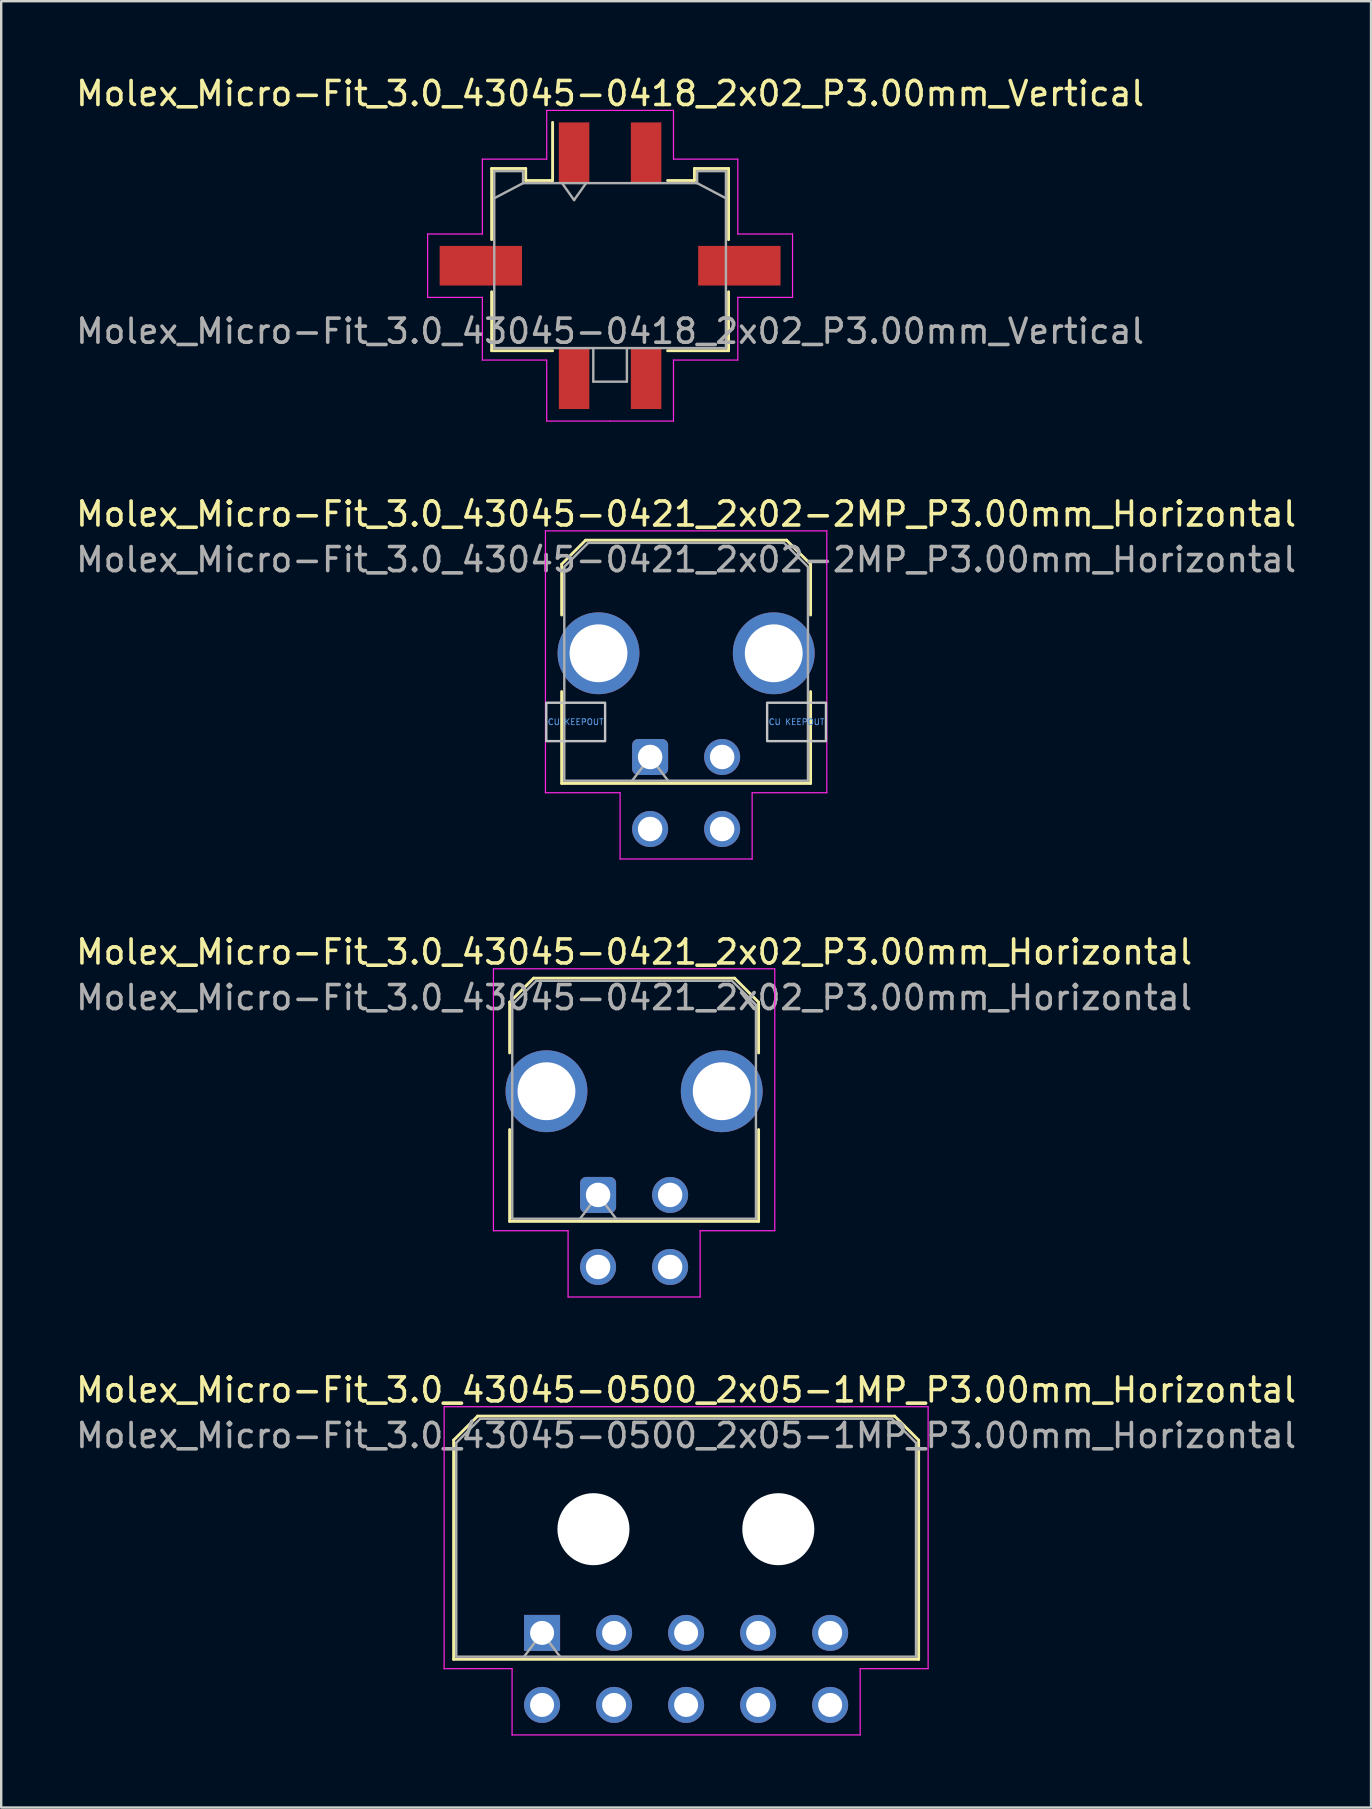
<source format=kicad_pcb>
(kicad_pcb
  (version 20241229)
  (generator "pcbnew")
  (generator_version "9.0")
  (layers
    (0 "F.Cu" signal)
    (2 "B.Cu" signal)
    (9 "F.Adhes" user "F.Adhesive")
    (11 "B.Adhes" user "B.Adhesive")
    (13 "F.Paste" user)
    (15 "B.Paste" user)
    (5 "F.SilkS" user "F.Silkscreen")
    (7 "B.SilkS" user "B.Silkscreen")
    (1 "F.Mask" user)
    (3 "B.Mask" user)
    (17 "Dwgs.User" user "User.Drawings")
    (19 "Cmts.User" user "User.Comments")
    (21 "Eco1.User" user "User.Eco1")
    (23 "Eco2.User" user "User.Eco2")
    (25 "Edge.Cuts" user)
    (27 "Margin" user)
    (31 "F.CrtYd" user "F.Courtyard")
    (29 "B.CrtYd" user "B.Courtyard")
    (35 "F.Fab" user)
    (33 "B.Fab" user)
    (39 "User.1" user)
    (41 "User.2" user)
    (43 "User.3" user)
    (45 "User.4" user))
  (footprint "Molex_Micro-Fit_3.0_43045-0421_2x02-2MP_P3.00mm_Horizontal"
    (layer "F.Cu")
    (at 24.03 28.482)
    (property "Reference" "Molex_Micro-Fit_3.0_43045-0421_2x02-2MP_P3.00mm_Horizontal" (at 1.5 -10.12 0) (layer "F.SilkS") (effects (font (size 1 1) (thickness 0.15))))
    (attr through_hole)
    (fp_line (start -3.685 -8.03) (end -2.685 -9.03) (stroke (width 0.12) (type solid)) (layer "F.SilkS"))
    (fp_line (start -3.685 -5.915) (end -3.685 -8.03) (stroke (width 0.12) (type solid)) (layer "F.SilkS"))
    (fp_line (start -3.685 -2.725) (end -3.685 1.1) (stroke (width 0.12) (type solid)) (layer "F.SilkS"))
    (fp_line (start -3.685 1.1) (end 6.685 1.1) (stroke (width 0.12) (type solid)) (layer "F.SilkS"))
    (fp_line (start -2.685 -9.03) (end 5.685 -9.03) (stroke (width 0.12) (type solid)) (layer "F.SilkS"))
    (fp_line (start 5.685 -9.03) (end 6.685 -8.03) (stroke (width 0.12) (type solid)) (layer "F.SilkS"))
    (fp_line (start 6.685 -8.03) (end 6.685 -5.915) (stroke (width 0.12) (type solid)) (layer "F.SilkS"))
    (fp_line (start 6.685 1.1) (end 6.685 -2.725) (stroke (width 0.12) (type solid)) (layer "F.SilkS"))
    (fp_poly (pts (xy -4.325 -2.26) (xy -4.325 -0.66) (xy -1.875 -0.66) (xy -1.875 -2.26)) (stroke (width 0.1) (type solid)) (fill no) (layer "Dwgs.User"))
    (fp_poly (pts (xy 4.875 -2.26) (xy 4.875 -0.66) (xy 7.325 -0.66) (xy 7.325 -2.26)) (stroke (width 0.1) (type solid)) (fill no) (layer "Dwgs.User"))
    (fp_line (start -4.36 -9.42) (end 7.36 -9.42) (stroke (width 0.05) (type solid)) (layer "F.CrtYd"))
    (fp_line (start -4.36 1.49) (end -4.36 -9.42) (stroke (width 0.05) (type solid)) (layer "F.CrtYd"))
    (fp_line (start -1.25 1.49) (end -4.36 1.49) (stroke (width 0.05) (type solid)) (layer "F.CrtYd"))
    (fp_line (start -1.25 4.25) (end -1.25 1.49) (stroke (width 0.05) (type solid)) (layer "F.CrtYd"))
    (fp_line (start 4.25 1.49) (end 4.25 4.25) (stroke (width 0.05) (type solid)) (layer "F.CrtYd"))
    (fp_line (start 4.25 4.25) (end -1.25 4.25) (stroke (width 0.05) (type solid)) (layer "F.CrtYd"))
    (fp_line (start 7.36 -9.42) (end 7.36 1.49) (stroke (width 0.05) (type solid)) (layer "F.CrtYd"))
    (fp_line (start 7.36 1.49) (end 4.25 1.49) (stroke (width 0.05) (type solid)) (layer "F.CrtYd"))
    (fp_line (start -3.575 -7.92) (end -2.575 -8.92) (stroke (width 0.1) (type solid)) (layer "F.Fab"))
    (fp_line (start -3.575 0.99) (end -3.575 -7.92) (stroke (width 0.1) (type solid)) (layer "F.Fab"))
    (fp_line (start -2.575 -8.92) (end 5.575 -8.92) (stroke (width 0.1) (type solid)) (layer "F.Fab"))
    (fp_line (start -0.75 0.99) (end 0 0) (stroke (width 0.1) (type solid)) (layer "F.Fab"))
    (fp_line (start 0 0) (end 0.75 0.99) (stroke (width 0.1) (type solid)) (layer "F.Fab"))
    (fp_line (start 5.575 -8.92) (end 6.575 -7.92) (stroke (width 0.1) (type solid)) (layer "F.Fab"))
    (fp_line (start 6.575 -7.92) (end 6.575 0.99) (stroke (width 0.1) (type solid)) (layer "F.Fab"))
    (fp_line (start 6.575 0.99) (end -3.575 0.99) (stroke (width 0.1) (type solid)) (layer "F.Fab"))
    (fp_text user "CU KEEPOUT" (at 6.1 -1.46 0) (layer "Cmts.User") (effects (font (size 0.245 0.245) (thickness 0.037))))
    (fp_text user "CU KEEPOUT" (at -3.1 -1.46 0) (layer "Cmts.User") (effects (font (size 0.245 0.245) (thickness 0.037))))
    (fp_text user "${REFERENCE}" (at 1.5 -8.22 0) (layer "F.Fab") (effects (font (size 1 1) (thickness 0.15))))
    (pad "1" thru_hole roundrect (at 0 0) (size 1.5 1.5) (drill 1.02) (layers "*.Cu" "*.Mask") (roundrect_rratio 0.167))
    (pad "2" thru_hole circle (at 3 0) (size 1.5 1.5) (drill 1.02) (layers "*.Cu" "*.Mask"))
    (pad "3" thru_hole circle (at 0 3) (size 1.5 1.5) (drill 1.02) (layers "*.Cu" "*.Mask"))
    (pad "4" thru_hole circle (at 3 3) (size 1.5 1.5) (drill 1.02) (layers "*.Cu" "*.Mask"))
    (pad "MP" thru_hole circle (at -2.15 -4.32) (size 3.41 3.41) (drill 2.41) (layers "*.Cu" "*.Mask"))
    (pad "MP" thru_hole circle (at 5.15 -4.32) (size 3.41 3.41) (drill 2.41) (layers "*.Cu" "*.Mask")))
  (footprint "Molex_Micro-Fit_3.0_43045-0418_2x02_P3.00mm_Vertical"
    (layer "F.Cu")
    (at 22.363 8.018)
    (property "Reference" "Molex_Micro-Fit_3.0_43045-0418_2x02_P3.00mm_Vertical" (at 0 -7.17 0) (layer "F.SilkS") (effects (font (size 1 1) (thickness 0.15))))
    (attr smd)
    (fp_line (start -4.935 -4.05) (end -3.515 -4.05) (stroke (width 0.12) (type solid)) (layer "F.SilkS"))
    (fp_line (start -4.935 -1.085) (end -4.935 -4.05) (stroke (width 0.12) (type solid)) (layer "F.SilkS"))
    (fp_line (start -4.935 1.085) (end -4.935 3.54) (stroke (width 0.12) (type solid)) (layer "F.SilkS"))
    (fp_line (start -4.935 3.54) (end -2.395 3.54) (stroke (width 0.12) (type solid)) (layer "F.SilkS"))
    (fp_line (start -3.515 -4.05) (end -3.515 -3.55) (stroke (width 0.12) (type solid)) (layer "F.SilkS"))
    (fp_line (start -3.515 -3.55) (end -2.395 -3.55) (stroke (width 0.12) (type solid)) (layer "F.SilkS"))
    (fp_line (start -2.395 -3.55) (end -2.395 -5.97) (stroke (width 0.12) (type solid)) (layer "F.SilkS"))
    (fp_line (start 3.515 -4.05) (end 3.515 -3.55) (stroke (width 0.12) (type solid)) (layer "F.SilkS"))
    (fp_line (start 3.515 -3.55) (end 2.395 -3.55) (stroke (width 0.12) (type solid)) (layer "F.SilkS"))
    (fp_line (start 4.935 -4.05) (end 3.515 -4.05) (stroke (width 0.12) (type solid)) (layer "F.SilkS"))
    (fp_line (start 4.935 -1.085) (end 4.935 -4.05) (stroke (width 0.12) (type solid)) (layer "F.SilkS"))
    (fp_line (start 4.935 1.085) (end 4.935 3.54) (stroke (width 0.12) (type solid)) (layer "F.SilkS"))
    (fp_line (start 4.935 3.54) (end 2.395 3.54) (stroke (width 0.12) (type solid)) (layer "F.SilkS"))
    (fp_line (start -7.6 -1.32) (end -7.6 1.32) (stroke (width 0.05) (type solid)) (layer "F.CrtYd"))
    (fp_line (start -7.6 1.32) (end -5.32 1.32) (stroke (width 0.05) (type solid)) (layer "F.CrtYd"))
    (fp_line (start -5.32 -4.44) (end -5.32 -1.32) (stroke (width 0.05) (type solid)) (layer "F.CrtYd"))
    (fp_line (start -5.32 -1.32) (end -7.6 -1.32) (stroke (width 0.05) (type solid)) (layer "F.CrtYd"))
    (fp_line (start -5.32 1.32) (end -5.32 3.93) (stroke (width 0.05) (type solid)) (layer "F.CrtYd"))
    (fp_line (start -5.32 3.93) (end -2.64 3.93) (stroke (width 0.05) (type solid)) (layer "F.CrtYd"))
    (fp_line (start -2.64 -6.47) (end -2.64 -4.44) (stroke (width 0.05) (type solid)) (layer "F.CrtYd"))
    (fp_line (start -2.64 -4.44) (end -5.32 -4.44) (stroke (width 0.05) (type solid)) (layer "F.CrtYd"))
    (fp_line (start -2.64 3.93) (end -2.64 6.47) (stroke (width 0.05) (type solid)) (layer "F.CrtYd"))
    (fp_line (start -2.64 6.47) (end 0 6.47) (stroke (width 0.05) (type solid)) (layer "F.CrtYd"))
    (fp_line (start 0 -6.47) (end -2.64 -6.47) (stroke (width 0.05) (type solid)) (layer "F.CrtYd"))
    (fp_line (start 0 -6.47) (end 2.64 -6.47) (stroke (width 0.05) (type solid)) (layer "F.CrtYd"))
    (fp_line (start 2.64 -6.47) (end 2.64 -4.44) (stroke (width 0.05) (type solid)) (layer "F.CrtYd"))
    (fp_line (start 2.64 -4.44) (end 5.32 -4.44) (stroke (width 0.05) (type solid)) (layer "F.CrtYd"))
    (fp_line (start 2.64 3.93) (end 2.64 6.47) (stroke (width 0.05) (type solid)) (layer "F.CrtYd"))
    (fp_line (start 2.64 6.47) (end 0 6.47) (stroke (width 0.05) (type solid)) (layer "F.CrtYd"))
    (fp_line (start 5.32 -4.44) (end 5.32 -1.32) (stroke (width 0.05) (type solid)) (layer "F.CrtYd"))
    (fp_line (start 5.32 -1.32) (end 7.6 -1.32) (stroke (width 0.05) (type solid)) (layer "F.CrtYd"))
    (fp_line (start 5.32 1.32) (end 5.32 3.93) (stroke (width 0.05) (type solid)) (layer "F.CrtYd"))
    (fp_line (start 5.32 3.93) (end 2.64 3.93) (stroke (width 0.05) (type solid)) (layer "F.CrtYd"))
    (fp_line (start 7.6 -1.32) (end 7.6 1.32) (stroke (width 0.05) (type solid)) (layer "F.CrtYd"))
    (fp_line (start 7.6 1.32) (end 5.32 1.32) (stroke (width 0.05) (type solid)) (layer "F.CrtYd"))
    (fp_line (start -4.825 -3.94) (end -4.825 3.43) (stroke (width 0.1) (type solid)) (layer "F.Fab"))
    (fp_line (start -4.825 -2.81) (end -3.625 -3.44) (stroke (width 0.1) (type solid)) (layer "F.Fab"))
    (fp_line (start -4.825 3.43) (end 4.825 3.43) (stroke (width 0.1) (type solid)) (layer "F.Fab"))
    (fp_line (start -3.625 -3.94) (end -4.825 -3.94) (stroke (width 0.1) (type solid)) (layer "F.Fab"))
    (fp_line (start -3.625 -3.44) (end -3.625 -3.94) (stroke (width 0.1) (type solid)) (layer "F.Fab"))
    (fp_line (start -2 -3.44) (end -1.5 -2.733) (stroke (width 0.1) (type solid)) (layer "F.Fab"))
    (fp_line (start -1.5 -2.733) (end -1 -3.44) (stroke (width 0.1) (type solid)) (layer "F.Fab"))
    (fp_line (start -0.7 3.43) (end -0.7 4.83) (stroke (width 0.1) (type solid)) (layer "F.Fab"))
    (fp_line (start -0.7 4.83) (end 0.7 4.83) (stroke (width 0.1) (type solid)) (layer "F.Fab"))
    (fp_line (start 0.7 4.83) (end 0.7 3.43) (stroke (width 0.1) (type solid)) (layer "F.Fab"))
    (fp_line (start 3.625 -3.94) (end 3.625 -3.44) (stroke (width 0.1) (type solid)) (layer "F.Fab"))
    (fp_line (start 3.625 -3.44) (end -3.625 -3.44) (stroke (width 0.1) (type solid)) (layer "F.Fab"))
    (fp_line (start 4.825 -3.94) (end 3.625 -3.94) (stroke (width 0.1) (type solid)) (layer "F.Fab"))
    (fp_line (start 4.825 -2.81) (end 3.625 -3.44) (stroke (width 0.1) (type solid)) (layer "F.Fab"))
    (fp_line (start 4.825 3.43) (end 4.825 -3.94) (stroke (width 0.1) (type solid)) (layer "F.Fab"))
    (fp_text user "${REFERENCE}" (at 0 2.73 0) (layer "F.Fab") (effects (font (size 1 1) (thickness 0.15))))
    (pad "" smd rect (at -5.385 0) (size 3.43 1.65) (layers "F.Cu" "F.Mask" "F.Paste"))
    (pad "" smd rect (at 5.385 0) (size 3.43 1.65) (layers "F.Cu" "F.Mask" "F.Paste"))
    (pad "1" smd rect (at -1.5 -4.7) (size 1.27 2.54) (layers "F.Cu" "F.Mask" "F.Paste"))
    (pad "2" smd rect (at 1.5 -4.7) (size 1.27 2.54) (layers "F.Cu" "F.Mask" "F.Paste"))
    (pad "3" smd rect (at -1.5 4.7) (size 1.27 2.54) (layers "F.Cu" "F.Mask" "F.Paste"))
    (pad "4" smd rect (at 1.5 4.7) (size 1.27 2.54) (layers "F.Cu" "F.Mask" "F.Paste")))
  (footprint "Molex_Micro-Fit_3.0_43045-0500_2x05-1MP_P3.00mm_Horizontal"
    (layer "F.Cu")
    (at 19.53 64.968)
    (property "Reference" "Molex_Micro-Fit_3.0_43045-0500_2x05-1MP_P3.00mm_Horizontal" (at 6 -10.12 0) (layer "F.SilkS") (effects (font (size 1 1) (thickness 0.15))))
    (attr through_hole)
    (fp_line (start -3.685 -8.03) (end -2.685 -9.03) (stroke (width 0.12) (type solid)) (layer "F.SilkS"))
    (fp_line (start -3.685 1.1) (end -3.685 -8.03) (stroke (width 0.12) (type solid)) (layer "F.SilkS"))
    (fp_line (start -2.685 -9.03) (end 14.685 -9.03) (stroke (width 0.12) (type solid)) (layer "F.SilkS"))
    (fp_line (start 14.685 -9.03) (end 15.685 -8.03) (stroke (width 0.12) (type solid)) (layer "F.SilkS"))
    (fp_line (start 15.685 -8.03) (end 15.685 1.1) (stroke (width 0.12) (type solid)) (layer "F.SilkS"))
    (fp_line (start 15.685 1.1) (end -3.685 1.1) (stroke (width 0.12) (type solid)) (layer "F.SilkS"))
    (fp_line (start -4.08 -9.42) (end 16.08 -9.42) (stroke (width 0.05) (type solid)) (layer "F.CrtYd"))
    (fp_line (start -4.08 1.49) (end -4.08 -9.42) (stroke (width 0.05) (type solid)) (layer "F.CrtYd"))
    (fp_line (start -1.25 1.49) (end -4.08 1.49) (stroke (width 0.05) (type solid)) (layer "F.CrtYd"))
    (fp_line (start -1.25 4.25) (end -1.25 1.49) (stroke (width 0.05) (type solid)) (layer "F.CrtYd"))
    (fp_line (start 13.25 1.49) (end 13.25 4.25) (stroke (width 0.05) (type solid)) (layer "F.CrtYd"))
    (fp_line (start 13.25 4.25) (end -1.25 4.25) (stroke (width 0.05) (type solid)) (layer "F.CrtYd"))
    (fp_line (start 16.08 -9.42) (end 16.08 1.49) (stroke (width 0.05) (type solid)) (layer "F.CrtYd"))
    (fp_line (start 16.08 1.49) (end 13.25 1.49) (stroke (width 0.05) (type solid)) (layer "F.CrtYd"))
    (fp_line (start -3.575 -7.92) (end -2.575 -8.92) (stroke (width 0.1) (type solid)) (layer "F.Fab"))
    (fp_line (start -3.575 0.99) (end -3.575 -7.92) (stroke (width 0.1) (type solid)) (layer "F.Fab"))
    (fp_line (start -2.575 -8.92) (end 14.575 -8.92) (stroke (width 0.1) (type solid)) (layer "F.Fab"))
    (fp_line (start -0.75 0.99) (end 0 0) (stroke (width 0.1) (type solid)) (layer "F.Fab"))
    (fp_line (start 0 0) (end 0.75 0.99) (stroke (width 0.1) (type solid)) (layer "F.Fab"))
    (fp_line (start 14.575 -8.92) (end 15.575 -7.92) (stroke (width 0.1) (type solid)) (layer "F.Fab"))
    (fp_line (start 15.575 -7.92) (end 15.575 0.99) (stroke (width 0.1) (type solid)) (layer "F.Fab"))
    (fp_line (start 15.575 0.99) (end -3.575 0.99) (stroke (width 0.1) (type solid)) (layer "F.Fab"))
    (fp_text user "${REFERENCE}" (at 6 -8.22 0) (layer "F.Fab") (effects (font (size 1 1) (thickness 0.15))))
    (pad "" np_thru_hole circle (at 2.14 -4.32) (size 3 3) (drill 3) (layers "*.Cu" "*.Mask"))
    (pad "" np_thru_hole circle (at 9.84 -4.32) (size 3 3) (drill 3) (layers "*.Cu" "*.Mask"))
    (pad "1" thru_hole rect (at 0 0) (size 1.5 1.5) (drill 1) (layers "*.Cu" "*.Mask"))
    (pad "2" thru_hole circle (at 3 0) (size 1.5 1.5) (drill 1) (layers "*.Cu" "*.Mask"))
    (pad "3" thru_hole circle (at 6 0) (size 1.5 1.5) (drill 1) (layers "*.Cu" "*.Mask"))
    (pad "4" thru_hole circle (at 9 0) (size 1.5 1.5) (drill 1) (layers "*.Cu" "*.Mask"))
    (pad "5" thru_hole circle (at 12 0) (size 1.5 1.5) (drill 1) (layers "*.Cu" "*.Mask"))
    (pad "6" thru_hole circle (at 0 3) (size 1.5 1.5) (drill 1) (layers "*.Cu" "*.Mask"))
    (pad "7" thru_hole circle (at 3 3) (size 1.5 1.5) (drill 1) (layers "*.Cu" "*.Mask"))
    (pad "8" thru_hole circle (at 6 3) (size 1.5 1.5) (drill 1) (layers "*.Cu" "*.Mask"))
    (pad "9" thru_hole circle (at 9 3) (size 1.5 1.5) (drill 1) (layers "*.Cu" "*.Mask"))
    (pad "10" thru_hole circle (at 12 3) (size 1.5 1.5) (drill 1) (layers "*.Cu" "*.Mask")))
  (footprint "Molex_Micro-Fit_3.0_43045-0421_2x02_P3.00mm_Horizontal"
    (layer "F.Cu")
    (at 21.863 46.725)
    (property "Reference" "Molex_Micro-Fit_3.0_43045-0421_2x02_P3.00mm_Horizontal" (at 1.5 -10.12 0) (layer "F.SilkS") (effects (font (size 1 1) (thickness 0.15))))
    (attr through_hole)
    (fp_line (start -3.685 -8.03) (end -2.685 -9.03) (stroke (width 0.12) (type solid)) (layer "F.SilkS"))
    (fp_line (start -3.685 -5.915) (end -3.685 -8.03) (stroke (width 0.12) (type solid)) (layer "F.SilkS"))
    (fp_line (start -3.685 -2.725) (end -3.685 1.1) (stroke (width 0.12) (type solid)) (layer "F.SilkS"))
    (fp_line (start -3.685 1.1) (end 6.685 1.1) (stroke (width 0.12) (type solid)) (layer "F.SilkS"))
    (fp_line (start -2.685 -9.03) (end 5.685 -9.03) (stroke (width 0.12) (type solid)) (layer "F.SilkS"))
    (fp_line (start 5.685 -9.03) (end 6.685 -8.03) (stroke (width 0.12) (type solid)) (layer "F.SilkS"))
    (fp_line (start 6.685 -8.03) (end 6.685 -5.915) (stroke (width 0.12) (type solid)) (layer "F.SilkS"))
    (fp_line (start 6.685 1.1) (end 6.685 -2.725) (stroke (width 0.12) (type solid)) (layer "F.SilkS"))
    (fp_line (start -4.36 -9.42) (end 7.36 -9.42) (stroke (width 0.05) (type solid)) (layer "F.CrtYd"))
    (fp_line (start -4.36 1.49) (end -4.36 -9.42) (stroke (width 0.05) (type solid)) (layer "F.CrtYd"))
    (fp_line (start -1.25 1.49) (end -4.36 1.49) (stroke (width 0.05) (type solid)) (layer "F.CrtYd"))
    (fp_line (start -1.25 4.25) (end -1.25 1.49) (stroke (width 0.05) (type solid)) (layer "F.CrtYd"))
    (fp_line (start 4.25 1.49) (end 4.25 4.25) (stroke (width 0.05) (type solid)) (layer "F.CrtYd"))
    (fp_line (start 4.25 4.25) (end -1.25 4.25) (stroke (width 0.05) (type solid)) (layer "F.CrtYd"))
    (fp_line (start 7.36 -9.42) (end 7.36 1.49) (stroke (width 0.05) (type solid)) (layer "F.CrtYd"))
    (fp_line (start 7.36 1.49) (end 4.25 1.49) (stroke (width 0.05) (type solid)) (layer "F.CrtYd"))
    (fp_line (start -3.575 -7.92) (end -2.575 -8.92) (stroke (width 0.1) (type solid)) (layer "F.Fab"))
    (fp_line (start -3.575 0.99) (end -3.575 -7.92) (stroke (width 0.1) (type solid)) (layer "F.Fab"))
    (fp_line (start -2.575 -8.92) (end 5.575 -8.92) (stroke (width 0.1) (type solid)) (layer "F.Fab"))
    (fp_line (start -0.75 0.99) (end 0 0) (stroke (width 0.1) (type solid)) (layer "F.Fab"))
    (fp_line (start 0 0) (end 0.75 0.99) (stroke (width 0.1) (type solid)) (layer "F.Fab"))
    (fp_line (start 5.575 -8.92) (end 6.575 -7.92) (stroke (width 0.1) (type solid)) (layer "F.Fab"))
    (fp_line (start 6.575 -7.92) (end 6.575 0.99) (stroke (width 0.1) (type solid)) (layer "F.Fab"))
    (fp_line (start 6.575 0.99) (end -3.575 0.99) (stroke (width 0.1) (type solid)) (layer "F.Fab"))
    (fp_text user "${REFERENCE}" (at 1.5 -8.22 0) (layer "F.Fab") (effects (font (size 1 1) (thickness 0.15))))
    (pad "" thru_hole circle (at -2.15 -4.32) (size 3.41 3.41) (drill 2.41) (layers "*.Cu" "*.Mask"))
    (pad "" thru_hole circle (at 5.15 -4.32) (size 3.41 3.41) (drill 2.41) (layers "*.Cu" "*.Mask"))
    (pad "1" thru_hole roundrect (at 0 0) (size 1.5 1.5) (drill 1.02) (layers "*.Cu" "*.Mask") (roundrect_rratio 0.167))
    (pad "2" thru_hole circle (at 3 0) (size 1.5 1.5) (drill 1.02) (layers "*.Cu" "*.Mask"))
    (pad "3" thru_hole circle (at 0 3) (size 1.5 1.5) (drill 1.02) (layers "*.Cu" "*.Mask"))
    (pad "4" thru_hole circle (at 3 3) (size 1.5 1.5) (drill 1.02) (layers "*.Cu" "*.Mask")))
  (gr_rect
    (start -3 -3)
    (end 54.06 72.243)
    (stroke (width 0.1) (type default))
    (fill no)
    (layer "Edge.Cuts")))
</source>
